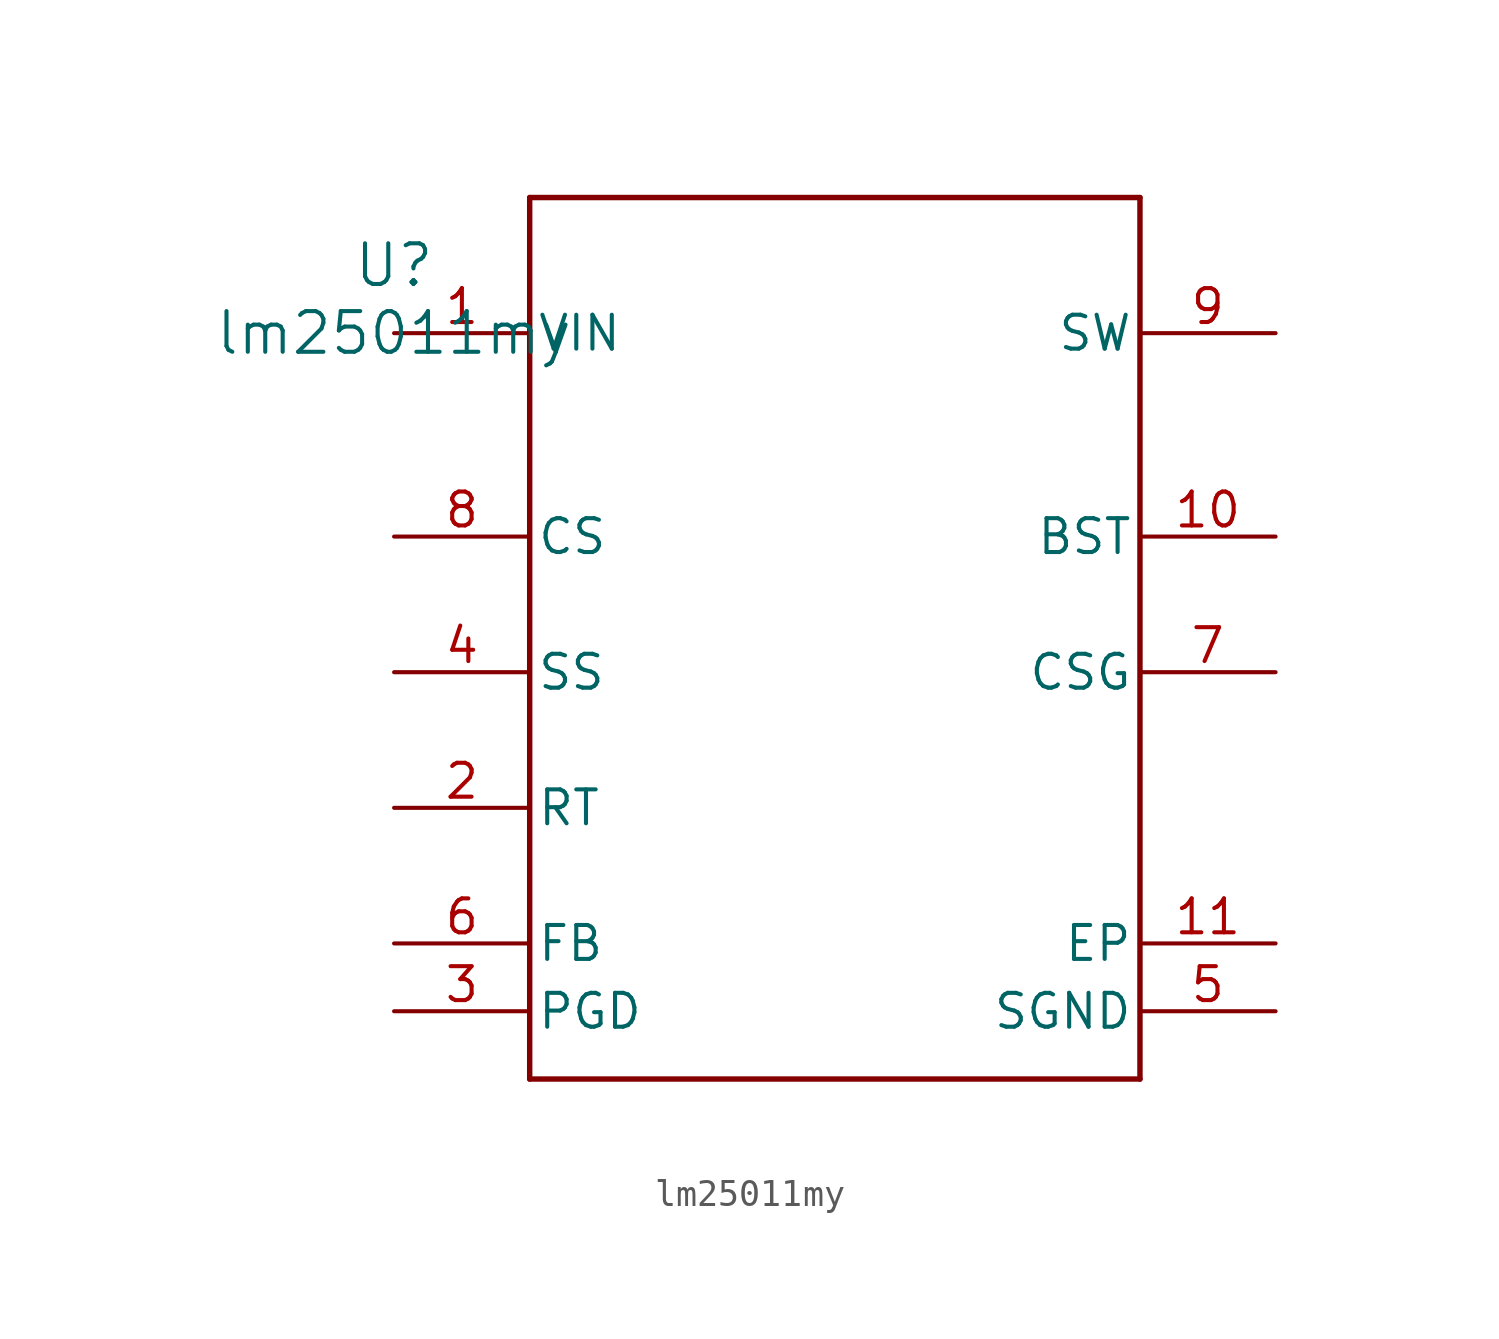
<source format=kicad_sym>
(kicad_symbol_lib
  (version 20211014)
  (generator kicad_symbol_editor)
  (symbol "lm25011my"
    (pin_names
      (offset 0.254))
    (property "Reference" "U"
      (at 0 2.54 0)
      (effects (font (size 1.524 1.524))))
    (property "Value" "lm25011my"
      (at 0 0 0)
      (effects (font (size 1.524 1.524))))
    (symbol "lm25011my_0_1"
      (polyline (pts (xy 5.08 -27.94) (xy 27.94 -27.94)) (stroke (width 0.203) (type default) (color 0 0 0 0)) (fill (type none)))
      (polyline (pts (xy 27.94 -27.94) (xy 27.94 5.08)) (stroke (width 0.203) (type default) (color 0 0 0 0)) (fill (type none)))
      (polyline (pts (xy 27.94 5.08) (xy 5.08 5.08)) (stroke (width 0.203) (type default) (color 0 0 0 0)) (fill (type none)))
      (polyline (pts (xy 5.08 5.08) (xy 5.08 -27.94)) (stroke (width 0.203) (type default) (color 0 0 0 0)) (fill (type none)))
      (pin power_in line (at 0 0 0) (length 5.08) (name "VIN" (effects (font (size 1.27 1.27)))) (number "1" (effects (font (size 1.27 1.27)))))
      (pin input line (at 0 -17.78 0) (length 5.08) (name "RT" (effects (font (size 1.27 1.27)))) (number "2" (effects (font (size 1.27 1.27)))))
      (pin power_in line (at 0 -25.4 0) (length 5.08) (name "PGD" (effects (font (size 1.27 1.27)))) (number "3" (effects (font (size 1.27 1.27)))))
      (pin input line (at 0 -12.7 0) (length 5.08) (name "SS" (effects (font (size 1.27 1.27)))) (number "4" (effects (font (size 1.27 1.27)))))
      (pin power_in line (at 33.02 -25.4 180) (length 5.08) (name "SGND" (effects (font (size 1.27 1.27)))) (number "5" (effects (font (size 1.27 1.27)))))
      (pin input line (at 0 -22.86 0) (length 5.08) (name "FB" (effects (font (size 1.27 1.27)))) (number "6" (effects (font (size 1.27 1.27)))))
      (pin unspecified line (at 33.02 -12.7 180) (length 5.08) (name "CSG" (effects (font (size 1.27 1.27)))) (number "7" (effects (font (size 1.27 1.27)))))
      (pin input line (at 0 -7.62 0) (length 5.08) (name "CS" (effects (font (size 1.27 1.27)))) (number "8" (effects (font (size 1.27 1.27)))))
      (pin power_in line (at 33.02 0 180) (length 5.08) (name "SW" (effects (font (size 1.27 1.27)))) (number "9" (effects (font (size 1.27 1.27)))))
      (pin input line (at 33.02 -7.62 180) (length 5.08) (name "BST" (effects (font (size 1.27 1.27)))) (number "10" (effects (font (size 1.27 1.27)))))
      (pin power_in line (at 33.02 -22.86 180) (length 5.08) (name "EP" (effects (font (size 1.27 1.27)))) (number "11" (effects (font (size 1.27 1.27))))))))
</source>
